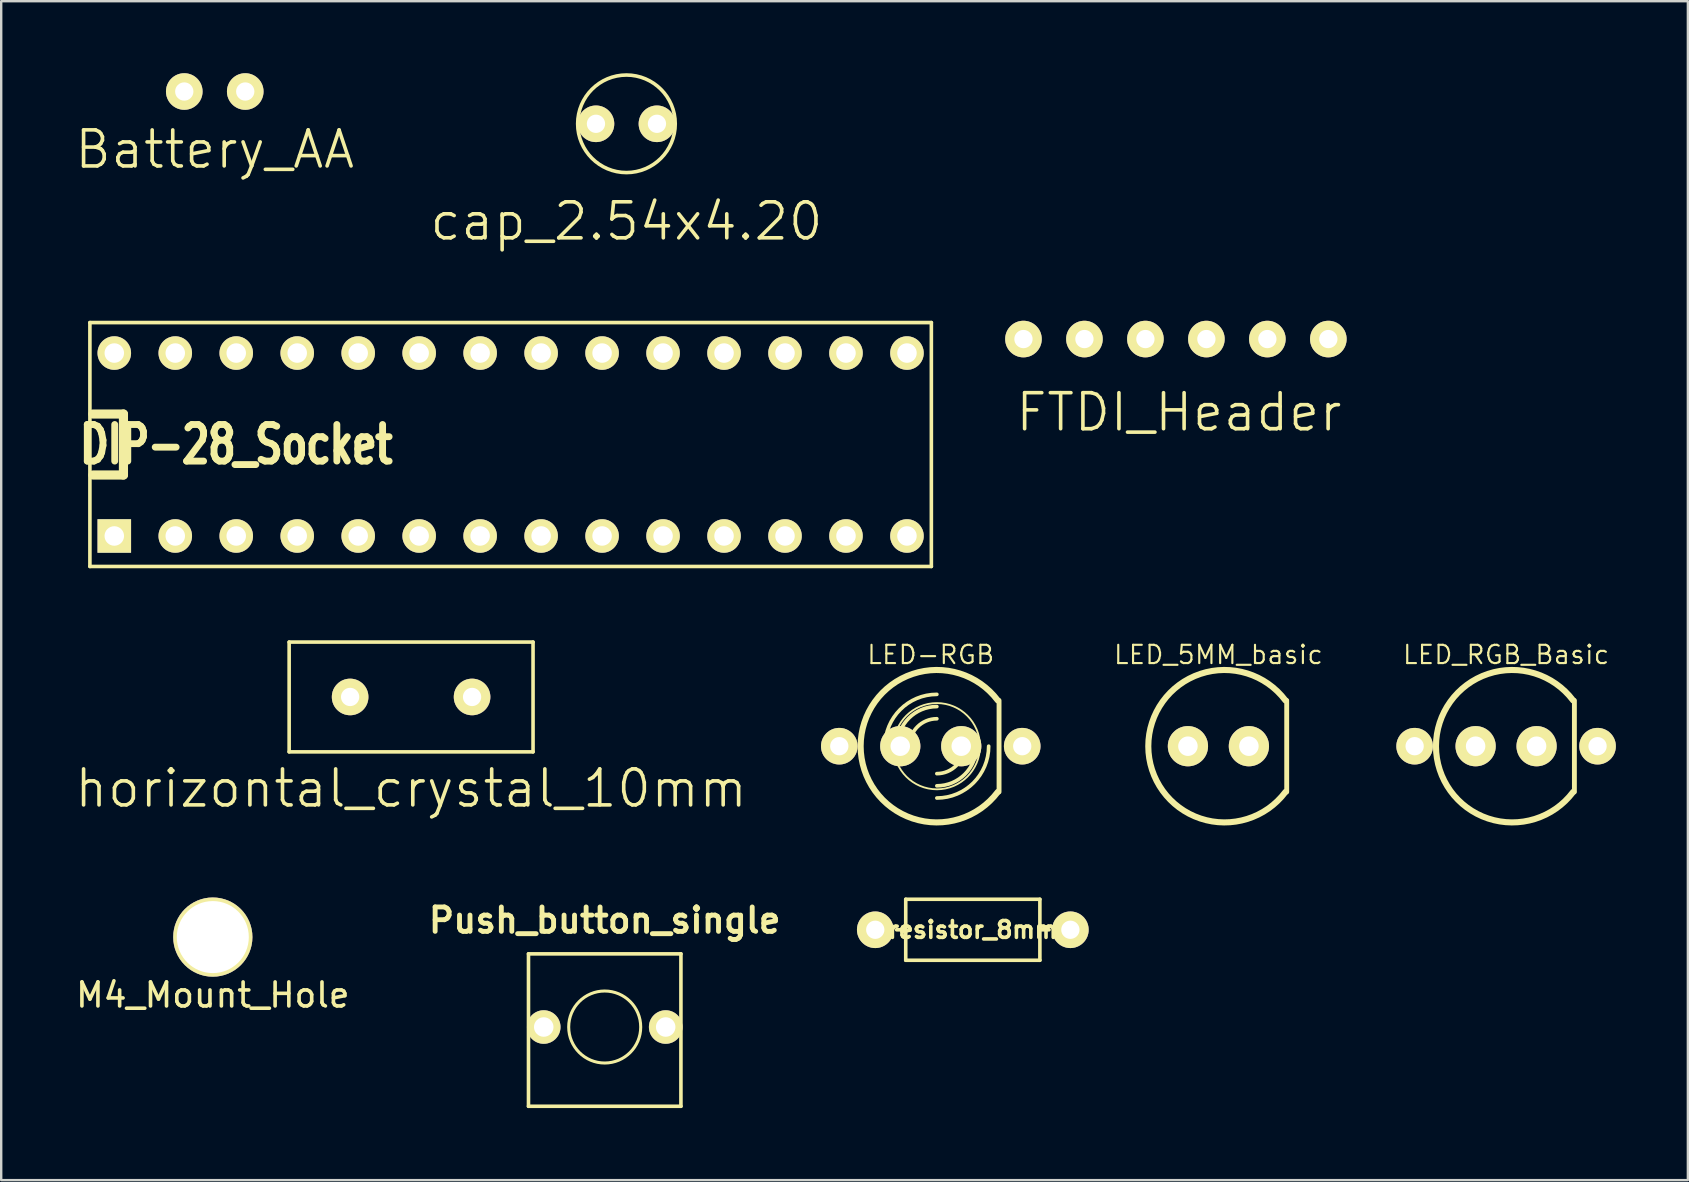
<source format=kicad_pcb>
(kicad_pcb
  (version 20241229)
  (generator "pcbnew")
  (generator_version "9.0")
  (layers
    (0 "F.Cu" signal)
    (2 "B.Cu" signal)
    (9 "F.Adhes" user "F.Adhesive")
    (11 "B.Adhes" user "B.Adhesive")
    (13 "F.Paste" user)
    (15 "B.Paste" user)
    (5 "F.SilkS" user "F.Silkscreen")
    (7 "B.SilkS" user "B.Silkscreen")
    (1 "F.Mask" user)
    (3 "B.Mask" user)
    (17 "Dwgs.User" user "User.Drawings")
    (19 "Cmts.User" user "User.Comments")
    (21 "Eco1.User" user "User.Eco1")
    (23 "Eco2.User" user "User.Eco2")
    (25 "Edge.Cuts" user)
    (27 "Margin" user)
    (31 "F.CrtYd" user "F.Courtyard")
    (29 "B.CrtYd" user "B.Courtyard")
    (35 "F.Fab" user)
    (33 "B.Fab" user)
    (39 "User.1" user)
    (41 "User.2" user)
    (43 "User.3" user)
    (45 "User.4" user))
  (footprint "M4_Mount_Hole"
    (layer "F.Cu")
    (at 5.815 35.986)
    (property "Reference" "M4_Mount_Hole" (at 0 2.413 0) (layer "F.SilkS") (effects (font (size 1 1) (thickness 0.15))))
    (attr through_hole)
    (pad "1" thru_hole circle (at 0 0) (size 3.3 3.3) (drill 3) (layers "*.Cu" "*.Mask" "F.SilkS")))
  (footprint "resistor_8mm"
    (layer "F.Cu")
    (at 37.474 35.681)
    (property "Reference" "resistor_8mm" (at 0 0 0) (layer "F.SilkS") (effects (font (size 0.7 0.7) (thickness 0.15))))
    (attr through_hole)
    (fp_line (start -2.794 -1.27) (end 2.794 -1.27) (stroke (width 0.15) (type solid)) (layer "F.SilkS"))
    (fp_line (start -2.794 0) (end -3.175 0) (stroke (width 0.15) (type solid)) (layer "F.SilkS"))
    (fp_line (start -2.794 1.27) (end -2.794 -1.27) (stroke (width 0.15) (type solid)) (layer "F.SilkS"))
    (fp_line (start 2.794 -1.27) (end 2.794 1.27) (stroke (width 0.15) (type solid)) (layer "F.SilkS"))
    (fp_line (start 2.794 0) (end 3.175 0) (stroke (width 0.15) (type solid)) (layer "F.SilkS"))
    (fp_line (start 2.794 1.27) (end -2.794 1.27) (stroke (width 0.15) (type solid)) (layer "F.SilkS"))
    (pad "1" thru_hole circle (at -4.064 0) (size 1.524 1.524) (drill 0.762) (layers "*.Cu" "*.Mask" "F.SilkS"))
    (pad "2" thru_hole circle (at 4.064 0) (size 1.524 1.524) (drill 0.762) (layers "*.Cu" "*.Mask" "F.SilkS")))
  (footprint "LED_RGB_Basic"
    (layer "F.Cu")
    (at 59.689 28.034)
    (property "Reference" "LED_RGB_Basic" (at 0 -3.81 0) (layer "F.SilkS") (effects (font (size 0.762 0.762) (thickness 0.089))))
    (attr through_hole)
    (fp_line (start 2.845 1.905) (end 2.845 -1.905) (stroke (width 0.203) (type solid)) (layer "F.SilkS"))
    (fp_arc (start 2.794 1.905) (mid -2.921 0.001668) (end 2.791997 -1.907668) (stroke (width 0.254) (type solid)) (layer "F.SilkS"))
    (pad "1" thru_hole circle (at -3.81 0) (size 1.524 1.524) (drill 0.762) (layers "*.Cu" "*.Mask" "F.SilkS"))
    (pad "2" thru_hole circle (at -1.27 0) (size 1.676 1.676) (drill 0.813) (layers "*.Cu" "*.Mask" "F.SilkS"))
    (pad "3" thru_hole circle (at 1.27 0) (size 1.676 1.676) (drill 0.813) (layers "*.Cu" "*.Mask" "F.SilkS"))
    (pad "4" thru_hole circle (at 3.81 0) (size 1.524 1.524) (drill 0.762) (layers "*.Cu" "*.Mask" "F.SilkS")))
  (footprint "Push_button_single"
    (layer "F.Cu")
    (at 22.14 39.732)
    (property "Reference" "Push_button_single" (at 0 -4.445 0) (layer "F.SilkS") (effects (font (size 1.016 1.016) (thickness 0.203))))
    (attr through_hole)
    (fp_line (start -3.175 -3.048) (end -3.175 3.302) (stroke (width 0.15) (type solid)) (layer "F.SilkS"))
    (fp_line (start -3.175 3.302) (end 3.175 3.302) (stroke (width 0.15) (type solid)) (layer "F.SilkS"))
    (fp_line (start 3.175 -3.048) (end -3.175 -3.048) (stroke (width 0.15) (type solid)) (layer "F.SilkS"))
    (fp_line (start 3.175 3.302) (end 3.175 -3.048) (stroke (width 0.15) (type solid)) (layer "F.SilkS"))
    (fp_circle (center 0 0) (end 0 1.5) (stroke (width 0.127) (type solid)) (fill no) (layer "F.SilkS"))
    (pad "1" thru_hole circle (at 2.54 0) (size 1.397 1.397) (drill 0.813) (layers "*.Cu" "*.Mask" "F.SilkS"))
    (pad "2" thru_hole circle (at -2.54 0) (size 1.397 1.397) (drill 0.813) (layers "*.Cu" "*.Mask" "F.SilkS")))
  (footprint "LED_5MM_basic"
    (layer "F.Cu")
    (at 47.705 28.034)
    (property "Reference" "LED_5MM_basic" (at 0 -3.81 0) (layer "F.SilkS") (effects (font (size 0.762 0.762) (thickness 0.089))))
    (attr through_hole)
    (fp_line (start 2.845 1.905) (end 2.845 -1.905) (stroke (width 0.203) (type solid)) (layer "F.SilkS"))
    (fp_arc (start 2.794 1.905) (mid -2.921 0.001668) (end 2.791997 -1.907668) (stroke (width 0.254) (type solid)) (layer "F.SilkS"))
    (pad "1" thru_hole circle (at -1.27 0) (size 1.676 1.676) (drill 0.813) (layers "*.Cu" "*.Mask" "F.SilkS"))
    (pad "2" thru_hole circle (at 1.27 0) (size 1.676 1.676) (drill 0.813) (layers "*.Cu" "*.Mask" "F.SilkS")))
  (footprint "LED-RGB"
    (layer "F.Cu")
    (at 35.722 28.034)
    (property "Reference" "LED-RGB" (at 0 -3.81 0) (layer "F.SilkS") (effects (font (size 0.762 0.762) (thickness 0.089))))
    (attr through_hole)
    (fp_line (start 2.845 1.905) (end 2.845 -1.905) (stroke (width 0.203) (type solid)) (layer "F.SilkS"))
    (fp_arc (start -1.905 0) (mid -1.272644 -1.526644) (end 0.254 -2.159) (stroke (width 0.1524) (type solid)) (layer "F.SilkS"))
    (fp_arc (start -1.397 0) (mid -0.913433 -1.167433) (end 0.254 -1.651) (stroke (width 0.1524) (type solid)) (layer "F.SilkS"))
    (fp_arc (start -0.889 0) (mid -0.554223 -0.808223) (end 0.254 -1.143) (stroke (width 0.1524) (type solid)) (layer "F.SilkS"))
    (fp_arc (start 1.397 0) (mid 1.062223 0.808223) (end 0.254 1.143) (stroke (width 0.1524) (type solid)) (layer "F.SilkS"))
    (fp_arc (start 1.905 0) (mid 1.421433 1.167433) (end 0.254 1.651) (stroke (width 0.1524) (type solid)) (layer "F.SilkS"))
    (fp_arc (start 2.413 0) (mid 1.780644 1.526644) (end 0.254 2.159) (stroke (width 0.1524) (type solid)) (layer "F.SilkS"))
    (fp_arc (start 2.794 1.905) (mid -2.921 0.001668) (end 2.791997 -1.907668) (stroke (width 0.254) (type solid)) (layer "F.SilkS"))
    (fp_circle (center 0.254 0) (end -1.016 1.27) (stroke (width 0.076) (type solid)) (fill no) (layer "F.SilkS"))
    (pad "1" thru_hole circle (at -3.81 0) (size 1.524 1.524) (drill 0.762) (layers "*.Cu" "*.Mask" "F.SilkS"))
    (pad "2" thru_hole circle (at -1.27 0) (size 1.676 1.676) (drill 0.813) (layers "*.Cu" "*.Mask" "F.SilkS"))
    (pad "3" thru_hole circle (at 1.27 0) (size 1.676 1.676) (drill 0.813) (layers "*.Cu" "*.Mask" "F.SilkS"))
    (pad "4" thru_hole circle (at 3.81 0) (size 1.524 1.524) (drill 0.762) (layers "*.Cu" "*.Mask" "F.SilkS")))
  (footprint "FTDI_Header"
    (layer "F.Cu")
    (at 45.934 11.074)
    (property "Reference" "FTDI_Header" (at 0.127 3.048 0) (layer "F.SilkS") (effects (font (size 1.5 1.5) (thickness 0.15))))
    (attr through_hole)
    (pad "1" thru_hole circle (at -6.35 0) (size 1.524 1.524) (drill 0.762) (layers "*.Cu" "*.Mask" "F.SilkS"))
    (pad "2" thru_hole circle (at -3.81 0) (size 1.524 1.524) (drill 0.762) (layers "*.Cu" "*.Mask" "F.SilkS"))
    (pad "3" thru_hole circle (at -1.27 0) (size 1.524 1.524) (drill 0.762) (layers "*.Cu" "*.Mask" "F.SilkS"))
    (pad "4" thru_hole circle (at 1.27 0) (size 1.524 1.524) (drill 0.762) (layers "*.Cu" "*.Mask" "F.SilkS"))
    (pad "5" thru_hole circle (at 3.81 0) (size 1.524 1.524) (drill 0.762) (layers "*.Cu" "*.Mask" "F.SilkS"))
    (pad "6" thru_hole circle (at 6.35 0) (size 1.524 1.524) (drill 0.762) (layers "*.Cu" "*.Mask" "F.SilkS")))
  (footprint "cap_2.54x4.20"
    (layer "F.Cu")
    (at 23.046 2.107)
    (property "Reference" "cap_2.54x4.20" (at 0 4.064 0) (layer "F.SilkS") (effects (font (size 1.5 1.5) (thickness 0.15))))
    (attr through_hole)
    (fp_circle (center 0 0) (end 2.032 0) (stroke (width 0.15) (type solid)) (fill no) (layer "F.SilkS"))
    (pad "1" thru_hole circle (at -1.27 0) (size 1.524 1.524) (drill 0.762) (layers "*.Cu" "*.Mask" "F.SilkS"))
    (pad "2" thru_hole circle (at 1.27 0) (size 1.524 1.524) (drill 0.762) (layers "*.Cu" "*.Mask" "F.SilkS")))
  (footprint "DIP-28_Socket"
    (layer "F.Cu")
    (at 18.221 15.467)
    (property "Reference" "DIP-28_Socket" (at -11.43 0 0) (layer "F.SilkS") (effects (font (size 1.524 1.143) (thickness 0.305))))
    (attr through_hole)
    (fp_line (start -17.526 -5.08) (end -17.526 5.08) (stroke (width 0.15) (type solid)) (layer "F.SilkS"))
    (fp_line (start -17.526 5.08) (end 17.526 5.08) (stroke (width 0.15) (type solid)) (layer "F.SilkS"))
    (fp_line (start -17.399 -1.27) (end -16.129 -1.27) (stroke (width 0.381) (type solid)) (layer "F.SilkS"))
    (fp_line (start -16.129 -1.27) (end -16.129 1.27) (stroke (width 0.381) (type solid)) (layer "F.SilkS"))
    (fp_line (start -16.129 1.27) (end -17.399 1.27) (stroke (width 0.381) (type solid)) (layer "F.SilkS"))
    (fp_line (start 17.526 -5.08) (end -17.526 -5.08) (stroke (width 0.15) (type solid)) (layer "F.SilkS"))
    (fp_line (start 17.526 5.08) (end 17.526 -5.08) (stroke (width 0.15) (type solid)) (layer "F.SilkS"))
    (pad "1" thru_hole rect (at -16.51 3.81) (size 1.397 1.397) (drill 0.813) (layers "*.Cu" "*.Mask" "F.SilkS"))
    (pad "2" thru_hole circle (at -13.97 3.81) (size 1.397 1.397) (drill 0.813) (layers "*.Cu" "*.Mask" "F.SilkS"))
    (pad "3" thru_hole circle (at -11.43 3.81) (size 1.397 1.397) (drill 0.813) (layers "*.Cu" "*.Mask" "F.SilkS"))
    (pad "4" thru_hole circle (at -8.89 3.81) (size 1.397 1.397) (drill 0.813) (layers "*.Cu" "*.Mask" "F.SilkS"))
    (pad "5" thru_hole circle (at -6.35 3.81) (size 1.397 1.397) (drill 0.813) (layers "*.Cu" "*.Mask" "F.SilkS"))
    (pad "6" thru_hole circle (at -3.81 3.81) (size 1.397 1.397) (drill 0.813) (layers "*.Cu" "*.Mask" "F.SilkS"))
    (pad "7" thru_hole circle (at -1.27 3.81) (size 1.397 1.397) (drill 0.813) (layers "*.Cu" "*.Mask" "F.SilkS"))
    (pad "8" thru_hole circle (at 1.27 3.81) (size 1.397 1.397) (drill 0.813) (layers "*.Cu" "*.Mask" "F.SilkS"))
    (pad "9" thru_hole circle (at 3.81 3.81) (size 1.397 1.397) (drill 0.813) (layers "*.Cu" "*.Mask" "F.SilkS"))
    (pad "10" thru_hole circle (at 6.35 3.81) (size 1.397 1.397) (drill 0.813) (layers "*.Cu" "*.Mask" "F.SilkS"))
    (pad "11" thru_hole circle (at 8.89 3.81) (size 1.397 1.397) (drill 0.813) (layers "*.Cu" "*.Mask" "F.SilkS"))
    (pad "12" thru_hole circle (at 11.43 3.81) (size 1.397 1.397) (drill 0.813) (layers "*.Cu" "*.Mask" "F.SilkS"))
    (pad "13" thru_hole circle (at 13.97 3.81) (size 1.397 1.397) (drill 0.813) (layers "*.Cu" "*.Mask" "F.SilkS"))
    (pad "14" thru_hole circle (at 16.51 3.81) (size 1.397 1.397) (drill 0.813) (layers "*.Cu" "*.Mask" "F.SilkS"))
    (pad "15" thru_hole circle (at 16.51 -3.81) (size 1.397 1.397) (drill 0.813) (layers "*.Cu" "*.Mask" "F.SilkS"))
    (pad "16" thru_hole circle (at 13.97 -3.81) (size 1.397 1.397) (drill 0.813) (layers "*.Cu" "*.Mask" "F.SilkS"))
    (pad "17" thru_hole circle (at 11.43 -3.81) (size 1.397 1.397) (drill 0.813) (layers "*.Cu" "*.Mask" "F.SilkS"))
    (pad "18" thru_hole circle (at 8.89 -3.81) (size 1.397 1.397) (drill 0.813) (layers "*.Cu" "*.Mask" "F.SilkS"))
    (pad "19" thru_hole circle (at 6.35 -3.81) (size 1.397 1.397) (drill 0.813) (layers "*.Cu" "*.Mask" "F.SilkS"))
    (pad "20" thru_hole circle (at 3.81 -3.81) (size 1.397 1.397) (drill 0.813) (layers "*.Cu" "*.Mask" "F.SilkS"))
    (pad "21" thru_hole circle (at 1.27 -3.81) (size 1.397 1.397) (drill 0.813) (layers "*.Cu" "*.Mask" "F.SilkS"))
    (pad "22" thru_hole circle (at -1.27 -3.81) (size 1.397 1.397) (drill 0.813) (layers "*.Cu" "*.Mask" "F.SilkS"))
    (pad "23" thru_hole circle (at -3.81 -3.81) (size 1.397 1.397) (drill 0.813) (layers "*.Cu" "*.Mask" "F.SilkS"))
    (pad "24" thru_hole circle (at -6.35 -3.81) (size 1.397 1.397) (drill 0.813) (layers "*.Cu" "*.Mask" "F.SilkS"))
    (pad "25" thru_hole circle (at -8.89 -3.81) (size 1.397 1.397) (drill 0.813) (layers "*.Cu" "*.Mask" "F.SilkS"))
    (pad "26" thru_hole circle (at -11.43 -3.81) (size 1.397 1.397) (drill 0.813) (layers "*.Cu" "*.Mask" "F.SilkS"))
    (pad "27" thru_hole circle (at -13.97 -3.81) (size 1.397 1.397) (drill 0.813) (layers "*.Cu" "*.Mask" "F.SilkS"))
    (pad "28" thru_hole circle (at -16.51 -3.81) (size 1.397 1.397) (drill 0.813) (layers "*.Cu" "*.Mask" "F.SilkS")))
  (footprint "horizontal_crystal_10mm"
    (layer "F.Cu")
    (at 14.075 25.983)
    (property "Reference" "horizontal_crystal_10mm" (at 0 3.81 0) (layer "F.SilkS") (effects (font (size 1.5 1.5) (thickness 0.15))))
    (attr through_hole)
    (fp_line (start -5.08 -2.286) (end -5.08 2.286) (stroke (width 0.15) (type solid)) (layer "F.SilkS"))
    (fp_line (start -5.08 -2.286) (end 5.08 -2.286) (stroke (width 0.15) (type solid)) (layer "F.SilkS"))
    (fp_line (start 5.08 -2.286) (end 5.08 2.286) (stroke (width 0.15) (type solid)) (layer "F.SilkS"))
    (fp_line (start 5.08 2.286) (end -5.08 2.286) (stroke (width 0.15) (type solid)) (layer "F.SilkS"))
    (pad "1" thru_hole circle (at -2.54 0) (size 1.524 1.524) (drill 0.762) (layers "*.Cu" "*.Mask" "F.SilkS"))
    (pad "2" thru_hole circle (at 2.54 0) (size 1.524 1.524) (drill 0.762) (layers "*.Cu" "*.Mask" "F.SilkS")))
  (footprint "Battery_AA"
    (layer "F.Cu")
    (at 5.896 0.762)
    (property "Reference" "Battery_AA" (at 0 2.413 0) (layer "F.SilkS") (effects (font (size 1.5 1.5) (thickness 0.15))))
    (attr through_hole)
    (pad "1" thru_hole circle (at -1.27 0) (size 1.524 1.524) (drill 0.762) (layers "*.Cu" "*.Mask" "F.SilkS"))
    (pad "2" thru_hole circle (at 1.27 0) (size 1.524 1.524) (drill 0.762) (layers "*.Cu" "*.Mask" "F.SilkS")))
  (gr_rect
    (start -3 -3)
    (end 67.261 46.109)
    (stroke (width 0.1) (type default))
    (fill no)
    (layer "Edge.Cuts")))
</source>
